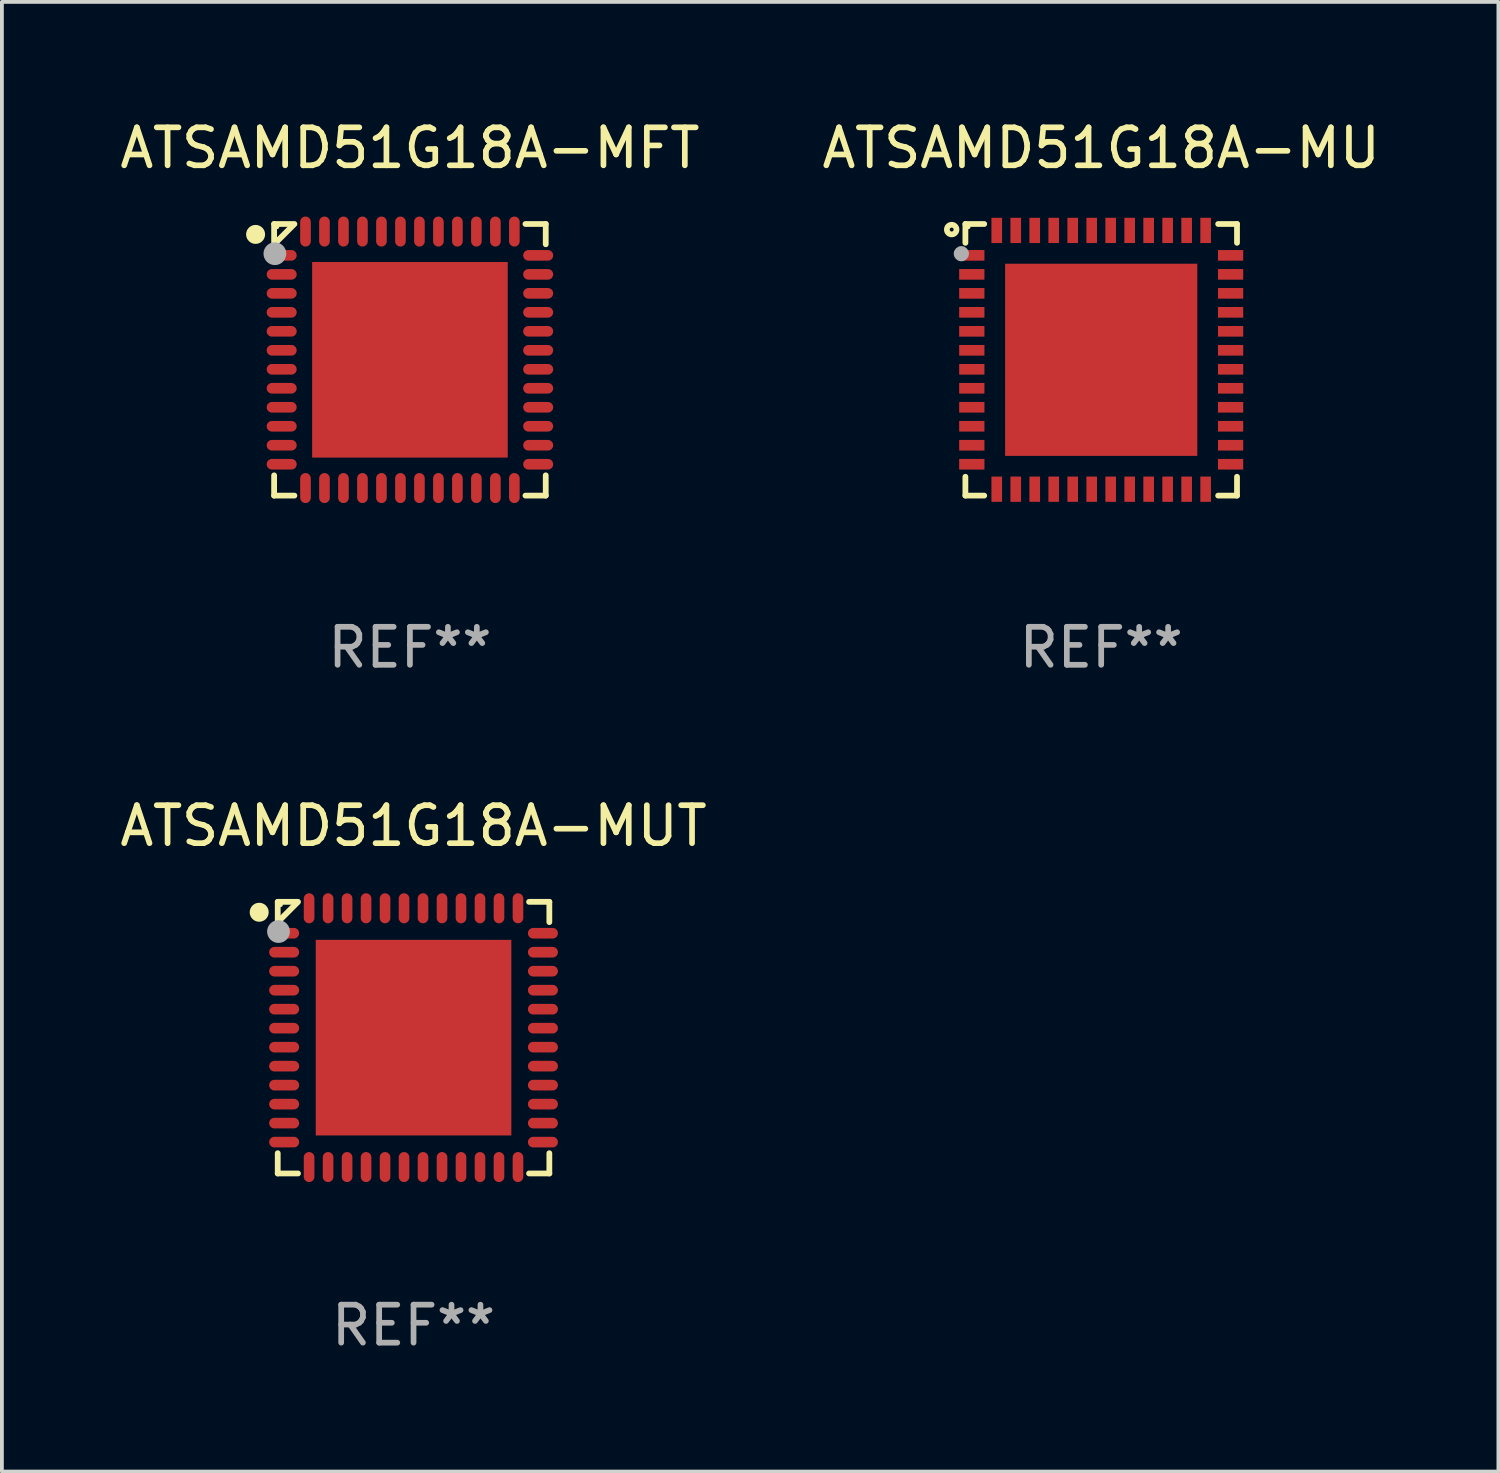
<source format=kicad_pcb>
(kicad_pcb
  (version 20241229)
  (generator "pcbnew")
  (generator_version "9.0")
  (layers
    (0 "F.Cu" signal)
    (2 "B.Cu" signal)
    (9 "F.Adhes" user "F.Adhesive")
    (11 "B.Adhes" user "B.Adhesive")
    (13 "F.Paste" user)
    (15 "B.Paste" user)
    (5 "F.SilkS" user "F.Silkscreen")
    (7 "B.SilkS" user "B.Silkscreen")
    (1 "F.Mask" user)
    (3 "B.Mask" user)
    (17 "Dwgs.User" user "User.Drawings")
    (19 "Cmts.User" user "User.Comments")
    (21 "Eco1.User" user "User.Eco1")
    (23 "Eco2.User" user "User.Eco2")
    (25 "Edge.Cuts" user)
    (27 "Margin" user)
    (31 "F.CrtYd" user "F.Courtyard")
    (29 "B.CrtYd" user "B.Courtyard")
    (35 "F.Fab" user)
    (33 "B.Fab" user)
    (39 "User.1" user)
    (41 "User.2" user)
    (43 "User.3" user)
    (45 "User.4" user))
  (footprint "ATSAMD51G18A-MUT"
    (layer "F.Cu")
    (at 7.839 24.273)
    (property "Reference" "ATSAMD51G18A-MUT" (at 0 -5.576 0) (layer "F.SilkS") (effects (font (size 1 1) (thickness 0.15))))
    (attr through_hole)
    (fp_line (start -3.576 -3.576) (end -3.042 -3.576) (stroke (width 0.152) (type solid)) (layer "F.SilkS"))
    (fp_line (start -3.576 -3.042) (end -3.576 -3.576) (stroke (width 0.152) (type solid)) (layer "F.SilkS"))
    (fp_line (start -3.576 3.042) (end -3.576 3.576) (stroke (width 0.152) (type solid)) (layer "F.SilkS"))
    (fp_line (start -3.576 3.576) (end -3.042 3.576) (stroke (width 0.152) (type solid)) (layer "F.SilkS"))
    (fp_line (start -3.069 -3.549) (end -3.549 -3.069) (stroke (width 0.152) (type solid)) (layer "F.SilkS"))
    (fp_line (start 3.576 -3.576) (end 3.042 -3.576) (stroke (width 0.152) (type solid)) (layer "F.SilkS"))
    (fp_line (start 3.576 -3.042) (end 3.576 -3.576) (stroke (width 0.152) (type solid)) (layer "F.SilkS"))
    (fp_line (start 3.576 3.042) (end 3.576 3.576) (stroke (width 0.152) (type solid)) (layer "F.SilkS"))
    (fp_line (start 3.576 3.576) (end 3.042 3.576) (stroke (width 0.152) (type solid)) (layer "F.SilkS"))
    (fp_circle (center -4.064 -3.302) (end -3.939 -3.302) (stroke (width 0.25) (type solid)) (fill no) (layer "F.SilkS"))
    (fp_circle (center -3.5 -3.5) (end -3.47 -3.5) (stroke (width 0.06) (type solid)) (fill no) (layer "F.SilkS"))
    (fp_circle (center -3.556 -2.794) (end -3.406 -2.794) (stroke (width 0.3) (type solid)) (fill no) (layer "F.Fab"))
    (fp_text user "REF**" (at 0 7.576 0) (layer "F.Fab") (effects (font (size 1 1) (thickness 0.15))))
    (pad "1" smd oval (at -3.407 -2.75) (size 0.79 0.28) (layers "F.Cu" "F.Mask" "F.Paste"))
    (pad "2" smd oval (at -3.407 -2.25) (size 0.79 0.28) (layers "F.Cu" "F.Mask" "F.Paste"))
    (pad "3" smd oval (at -3.407 -1.75) (size 0.79 0.28) (layers "F.Cu" "F.Mask" "F.Paste"))
    (pad "4" smd oval (at -3.407 -1.25) (size 0.79 0.28) (layers "F.Cu" "F.Mask" "F.Paste"))
    (pad "5" smd oval (at -3.407 -0.75) (size 0.79 0.28) (layers "F.Cu" "F.Mask" "F.Paste"))
    (pad "6" smd oval (at -3.407 -0.25) (size 0.79 0.28) (layers "F.Cu" "F.Mask" "F.Paste"))
    (pad "7" smd oval (at -3.407 0.25) (size 0.79 0.28) (layers "F.Cu" "F.Mask" "F.Paste"))
    (pad "8" smd oval (at -3.407 0.75) (size 0.79 0.28) (layers "F.Cu" "F.Mask" "F.Paste"))
    (pad "9" smd oval (at -3.407 1.25) (size 0.79 0.28) (layers "F.Cu" "F.Mask" "F.Paste"))
    (pad "10" smd oval (at -3.407 1.75) (size 0.79 0.28) (layers "F.Cu" "F.Mask" "F.Paste"))
    (pad "11" smd oval (at -3.407 2.25) (size 0.79 0.28) (layers "F.Cu" "F.Mask" "F.Paste"))
    (pad "12" smd oval (at -3.407 2.75) (size 0.79 0.28) (layers "F.Cu" "F.Mask" "F.Paste"))
    (pad "13" smd oval (at -2.75 3.407) (size 0.28 0.79) (layers "F.Cu" "F.Mask" "F.Paste"))
    (pad "14" smd oval (at -2.25 3.407) (size 0.28 0.79) (layers "F.Cu" "F.Mask" "F.Paste"))
    (pad "15" smd oval (at -1.75 3.407) (size 0.28 0.79) (layers "F.Cu" "F.Mask" "F.Paste"))
    (pad "16" smd oval (at -1.25 3.407) (size 0.28 0.79) (layers "F.Cu" "F.Mask" "F.Paste"))
    (pad "17" smd oval (at -0.75 3.407) (size 0.28 0.79) (layers "F.Cu" "F.Mask" "F.Paste"))
    (pad "18" smd oval (at -0.25 3.407) (size 0.28 0.79) (layers "F.Cu" "F.Mask" "F.Paste"))
    (pad "19" smd oval (at 0.25 3.407) (size 0.28 0.79) (layers "F.Cu" "F.Mask" "F.Paste"))
    (pad "20" smd oval (at 0.75 3.407) (size 0.28 0.79) (layers "F.Cu" "F.Mask" "F.Paste"))
    (pad "21" smd oval (at 1.25 3.407) (size 0.28 0.79) (layers "F.Cu" "F.Mask" "F.Paste"))
    (pad "22" smd oval (at 1.75 3.407) (size 0.28 0.79) (layers "F.Cu" "F.Mask" "F.Paste"))
    (pad "23" smd oval (at 2.25 3.407) (size 0.28 0.79) (layers "F.Cu" "F.Mask" "F.Paste"))
    (pad "24" smd oval (at 2.75 3.407) (size 0.28 0.79) (layers "F.Cu" "F.Mask" "F.Paste"))
    (pad "25" smd oval (at 3.407 2.75) (size 0.79 0.28) (layers "F.Cu" "F.Mask" "F.Paste"))
    (pad "26" smd oval (at 3.407 2.25) (size 0.79 0.28) (layers "F.Cu" "F.Mask" "F.Paste"))
    (pad "27" smd oval (at 3.407 1.75) (size 0.79 0.28) (layers "F.Cu" "F.Mask" "F.Paste"))
    (pad "28" smd oval (at 3.407 1.25) (size 0.79 0.28) (layers "F.Cu" "F.Mask" "F.Paste"))
    (pad "29" smd oval (at 3.407 0.75) (size 0.79 0.28) (layers "F.Cu" "F.Mask" "F.Paste"))
    (pad "30" smd oval (at 3.407 0.25) (size 0.79 0.28) (layers "F.Cu" "F.Mask" "F.Paste"))
    (pad "31" smd oval (at 3.407 -0.25) (size 0.79 0.28) (layers "F.Cu" "F.Mask" "F.Paste"))
    (pad "32" smd oval (at 3.407 -0.75) (size 0.79 0.28) (layers "F.Cu" "F.Mask" "F.Paste"))
    (pad "33" smd oval (at 3.407 -1.25) (size 0.79 0.28) (layers "F.Cu" "F.Mask" "F.Paste"))
    (pad "34" smd oval (at 3.407 -1.75) (size 0.79 0.28) (layers "F.Cu" "F.Mask" "F.Paste"))
    (pad "35" smd oval (at 3.407 -2.25) (size 0.79 0.28) (layers "F.Cu" "F.Mask" "F.Paste"))
    (pad "36" smd oval (at 3.407 -2.75) (size 0.79 0.28) (layers "F.Cu" "F.Mask" "F.Paste"))
    (pad "37" smd oval (at 2.75 -3.407) (size 0.28 0.79) (layers "F.Cu" "F.Mask" "F.Paste"))
    (pad "38" smd oval (at 2.25 -3.407) (size 0.28 0.79) (layers "F.Cu" "F.Mask" "F.Paste"))
    (pad "39" smd oval (at 1.75 -3.407) (size 0.28 0.79) (layers "F.Cu" "F.Mask" "F.Paste"))
    (pad "40" smd oval (at 1.25 -3.407) (size 0.28 0.79) (layers "F.Cu" "F.Mask" "F.Paste"))
    (pad "41" smd oval (at 0.75 -3.407) (size 0.28 0.79) (layers "F.Cu" "F.Mask" "F.Paste"))
    (pad "42" smd oval (at 0.25 -3.407) (size 0.28 0.79) (layers "F.Cu" "F.Mask" "F.Paste"))
    (pad "43" smd oval (at -0.25 -3.407) (size 0.28 0.79) (layers "F.Cu" "F.Mask" "F.Paste"))
    (pad "44" smd oval (at -0.75 -3.407) (size 0.28 0.79) (layers "F.Cu" "F.Mask" "F.Paste"))
    (pad "45" smd oval (at -1.25 -3.407) (size 0.28 0.79) (layers "F.Cu" "F.Mask" "F.Paste"))
    (pad "46" smd oval (at -1.75 -3.407) (size 0.28 0.79) (layers "F.Cu" "F.Mask" "F.Paste"))
    (pad "47" smd oval (at -2.25 -3.407) (size 0.28 0.79) (layers "F.Cu" "F.Mask" "F.Paste"))
    (pad "48" smd oval (at -2.75 -3.407) (size 0.28 0.79) (layers "F.Cu" "F.Mask" "F.Paste"))
    (pad "49" smd rect (at 0 0) (size 5.15 5.15) (layers "F.Cu" "F.Mask" "F.Paste")))
  (footprint "ATSAMD51G18A-MFT"
    (layer "F.Cu")
    (at 7.744 6.424)
    (property "Reference" "ATSAMD51G18A-MFT" (at 0 -5.576 0) (layer "F.SilkS") (effects (font (size 1 1) (thickness 0.15))))
    (attr through_hole)
    (fp_line (start -3.576 -3.576) (end -3.042 -3.576) (stroke (width 0.152) (type solid)) (layer "F.SilkS"))
    (fp_line (start -3.576 -3.042) (end -3.576 -3.576) (stroke (width 0.152) (type solid)) (layer "F.SilkS"))
    (fp_line (start -3.576 3.042) (end -3.576 3.576) (stroke (width 0.152) (type solid)) (layer "F.SilkS"))
    (fp_line (start -3.576 3.576) (end -3.042 3.576) (stroke (width 0.152) (type solid)) (layer "F.SilkS"))
    (fp_line (start -3.069 -3.549) (end -3.549 -3.069) (stroke (width 0.152) (type solid)) (layer "F.SilkS"))
    (fp_line (start 3.576 -3.576) (end 3.042 -3.576) (stroke (width 0.152) (type solid)) (layer "F.SilkS"))
    (fp_line (start 3.576 -3.042) (end 3.576 -3.576) (stroke (width 0.152) (type solid)) (layer "F.SilkS"))
    (fp_line (start 3.576 3.042) (end 3.576 3.576) (stroke (width 0.152) (type solid)) (layer "F.SilkS"))
    (fp_line (start 3.576 3.576) (end 3.042 3.576) (stroke (width 0.152) (type solid)) (layer "F.SilkS"))
    (fp_circle (center -4.064 -3.302) (end -3.939 -3.302) (stroke (width 0.25) (type solid)) (fill no) (layer "F.SilkS"))
    (fp_circle (center -3.5 -3.5) (end -3.47 -3.5) (stroke (width 0.06) (type solid)) (fill no) (layer "F.SilkS"))
    (fp_circle (center -3.556 -2.794) (end -3.406 -2.794) (stroke (width 0.3) (type solid)) (fill no) (layer "F.Fab"))
    (fp_text user "REF**" (at 0 7.576 0) (layer "F.Fab") (effects (font (size 1 1) (thickness 0.15))))
    (pad "1" smd oval (at -3.377 -2.75) (size 0.79 0.28) (layers "F.Cu" "F.Mask" "F.Paste"))
    (pad "2" smd oval (at -3.377 -2.25) (size 0.79 0.28) (layers "F.Cu" "F.Mask" "F.Paste"))
    (pad "3" smd oval (at -3.377 -1.75) (size 0.79 0.28) (layers "F.Cu" "F.Mask" "F.Paste"))
    (pad "4" smd oval (at -3.377 -1.25) (size 0.79 0.28) (layers "F.Cu" "F.Mask" "F.Paste"))
    (pad "5" smd oval (at -3.377 -0.75) (size 0.79 0.28) (layers "F.Cu" "F.Mask" "F.Paste"))
    (pad "6" smd oval (at -3.377 -0.25) (size 0.79 0.28) (layers "F.Cu" "F.Mask" "F.Paste"))
    (pad "7" smd oval (at -3.377 0.25) (size 0.79 0.28) (layers "F.Cu" "F.Mask" "F.Paste"))
    (pad "8" smd oval (at -3.377 0.75) (size 0.79 0.28) (layers "F.Cu" "F.Mask" "F.Paste"))
    (pad "9" smd oval (at -3.377 1.25) (size 0.79 0.28) (layers "F.Cu" "F.Mask" "F.Paste"))
    (pad "10" smd oval (at -3.377 1.75) (size 0.79 0.28) (layers "F.Cu" "F.Mask" "F.Paste"))
    (pad "11" smd oval (at -3.377 2.25) (size 0.79 0.28) (layers "F.Cu" "F.Mask" "F.Paste"))
    (pad "12" smd oval (at -3.377 2.75) (size 0.79 0.28) (layers "F.Cu" "F.Mask" "F.Paste"))
    (pad "13" smd oval (at -2.75 3.377) (size 0.28 0.79) (layers "F.Cu" "F.Mask" "F.Paste"))
    (pad "14" smd oval (at -2.25 3.377) (size 0.28 0.79) (layers "F.Cu" "F.Mask" "F.Paste"))
    (pad "15" smd oval (at -1.75 3.377) (size 0.28 0.79) (layers "F.Cu" "F.Mask" "F.Paste"))
    (pad "16" smd oval (at -1.25 3.377) (size 0.28 0.79) (layers "F.Cu" "F.Mask" "F.Paste"))
    (pad "17" smd oval (at -0.75 3.377) (size 0.28 0.79) (layers "F.Cu" "F.Mask" "F.Paste"))
    (pad "18" smd oval (at -0.25 3.377) (size 0.28 0.79) (layers "F.Cu" "F.Mask" "F.Paste"))
    (pad "19" smd oval (at 0.25 3.377) (size 0.28 0.79) (layers "F.Cu" "F.Mask" "F.Paste"))
    (pad "20" smd oval (at 0.75 3.377) (size 0.28 0.79) (layers "F.Cu" "F.Mask" "F.Paste"))
    (pad "21" smd oval (at 1.25 3.377) (size 0.28 0.79) (layers "F.Cu" "F.Mask" "F.Paste"))
    (pad "22" smd oval (at 1.75 3.377) (size 0.28 0.79) (layers "F.Cu" "F.Mask" "F.Paste"))
    (pad "23" smd oval (at 2.25 3.377) (size 0.28 0.79) (layers "F.Cu" "F.Mask" "F.Paste"))
    (pad "24" smd oval (at 2.75 3.377) (size 0.28 0.79) (layers "F.Cu" "F.Mask" "F.Paste"))
    (pad "25" smd oval (at 3.377 2.75) (size 0.79 0.28) (layers "F.Cu" "F.Mask" "F.Paste"))
    (pad "26" smd oval (at 3.377 2.25) (size 0.79 0.28) (layers "F.Cu" "F.Mask" "F.Paste"))
    (pad "27" smd oval (at 3.377 1.75) (size 0.79 0.28) (layers "F.Cu" "F.Mask" "F.Paste"))
    (pad "28" smd oval (at 3.377 1.25) (size 0.79 0.28) (layers "F.Cu" "F.Mask" "F.Paste"))
    (pad "29" smd oval (at 3.377 0.75) (size 0.79 0.28) (layers "F.Cu" "F.Mask" "F.Paste"))
    (pad "30" smd oval (at 3.377 0.25) (size 0.79 0.28) (layers "F.Cu" "F.Mask" "F.Paste"))
    (pad "31" smd oval (at 3.377 -0.25) (size 0.79 0.28) (layers "F.Cu" "F.Mask" "F.Paste"))
    (pad "32" smd oval (at 3.377 -0.75) (size 0.79 0.28) (layers "F.Cu" "F.Mask" "F.Paste"))
    (pad "33" smd oval (at 3.377 -1.25) (size 0.79 0.28) (layers "F.Cu" "F.Mask" "F.Paste"))
    (pad "34" smd oval (at 3.377 -1.75) (size 0.79 0.28) (layers "F.Cu" "F.Mask" "F.Paste"))
    (pad "35" smd oval (at 3.377 -2.25) (size 0.79 0.28) (layers "F.Cu" "F.Mask" "F.Paste"))
    (pad "36" smd oval (at 3.377 -2.75) (size 0.79 0.28) (layers "F.Cu" "F.Mask" "F.Paste"))
    (pad "37" smd oval (at 2.75 -3.377) (size 0.28 0.79) (layers "F.Cu" "F.Mask" "F.Paste"))
    (pad "38" smd oval (at 2.25 -3.377) (size 0.28 0.79) (layers "F.Cu" "F.Mask" "F.Paste"))
    (pad "39" smd oval (at 1.75 -3.377) (size 0.28 0.79) (layers "F.Cu" "F.Mask" "F.Paste"))
    (pad "40" smd oval (at 1.25 -3.377) (size 0.28 0.79) (layers "F.Cu" "F.Mask" "F.Paste"))
    (pad "41" smd oval (at 0.75 -3.377) (size 0.28 0.79) (layers "F.Cu" "F.Mask" "F.Paste"))
    (pad "42" smd oval (at 0.25 -3.377) (size 0.28 0.79) (layers "F.Cu" "F.Mask" "F.Paste"))
    (pad "43" smd oval (at -0.25 -3.377) (size 0.28 0.79) (layers "F.Cu" "F.Mask" "F.Paste"))
    (pad "44" smd oval (at -0.75 -3.377) (size 0.28 0.79) (layers "F.Cu" "F.Mask" "F.Paste"))
    (pad "45" smd oval (at -1.25 -3.377) (size 0.28 0.79) (layers "F.Cu" "F.Mask" "F.Paste"))
    (pad "46" smd oval (at -1.75 -3.377) (size 0.28 0.79) (layers "F.Cu" "F.Mask" "F.Paste"))
    (pad "47" smd oval (at -2.25 -3.377) (size 0.28 0.79) (layers "F.Cu" "F.Mask" "F.Paste"))
    (pad "48" smd oval (at -2.75 -3.377) (size 0.28 0.79) (layers "F.Cu" "F.Mask" "F.Paste"))
    (pad "49" smd rect (at 0 0) (size 5.15 5.15) (layers "F.Cu" "F.Mask" "F.Paste")))
  (footprint "ATSAMD51G18A-MU"
    (layer "F.Cu")
    (at 25.946 6.424)
    (property "Reference" "ATSAMD51G18A-MU" (at 0 -5.576 0) (layer "F.SilkS") (effects (font (size 1 1) (thickness 0.15))))
    (attr through_hole)
    (fp_line (start -3.576 -3.576) (end -3.576 -3.08) (stroke (width 0.152) (type solid)) (layer "F.SilkS"))
    (fp_line (start -3.576 3.576) (end -3.576 3.08) (stroke (width 0.152) (type solid)) (layer "F.SilkS"))
    (fp_line (start -3.08 -3.576) (end -3.576 -3.576) (stroke (width 0.152) (type solid)) (layer "F.SilkS"))
    (fp_line (start -3.08 3.576) (end -3.576 3.576) (stroke (width 0.152) (type solid)) (layer "F.SilkS"))
    (fp_line (start 3.08 -3.576) (end 3.576 -3.576) (stroke (width 0.152) (type solid)) (layer "F.SilkS"))
    (fp_line (start 3.08 3.576) (end 3.576 3.576) (stroke (width 0.152) (type solid)) (layer "F.SilkS"))
    (fp_line (start 3.576 -3.576) (end 3.576 -3.08) (stroke (width 0.152) (type solid)) (layer "F.SilkS"))
    (fp_line (start 3.576 3.576) (end 3.576 3.08) (stroke (width 0.152) (type solid)) (layer "F.SilkS"))
    (fp_circle (center -3.937 -3.429) (end -3.81 -3.429) (stroke (width 0.15) (type solid)) (fill no) (layer "F.SilkS"))
    (fp_circle (center -3.5 -3.5) (end -3.47 -3.5) (stroke (width 0.06) (type solid)) (fill no) (layer "F.SilkS"))
    (fp_circle (center -3.683 -2.794) (end -3.583 -2.794) (stroke (width 0.2) (type solid)) (fill no) (layer "F.Fab"))
    (fp_text user "REF**" (at 0 7.576 0) (layer "F.Fab") (effects (font (size 1 1) (thickness 0.15))))
    (pad "1" smd rect (at -3.407 -2.75) (size 0.665 0.28) (layers "F.Cu" "F.Mask" "F.Paste"))
    (pad "2" smd rect (at -3.407 -2.25) (size 0.665 0.28) (layers "F.Cu" "F.Mask" "F.Paste"))
    (pad "3" smd rect (at -3.407 -1.75) (size 0.665 0.28) (layers "F.Cu" "F.Mask" "F.Paste"))
    (pad "4" smd rect (at -3.407 -1.25) (size 0.665 0.28) (layers "F.Cu" "F.Mask" "F.Paste"))
    (pad "5" smd rect (at -3.407 -0.75) (size 0.665 0.28) (layers "F.Cu" "F.Mask" "F.Paste"))
    (pad "6" smd rect (at -3.407 -0.25) (size 0.665 0.28) (layers "F.Cu" "F.Mask" "F.Paste"))
    (pad "7" smd rect (at -3.407 0.25) (size 0.665 0.28) (layers "F.Cu" "F.Mask" "F.Paste"))
    (pad "8" smd rect (at -3.407 0.75) (size 0.665 0.28) (layers "F.Cu" "F.Mask" "F.Paste"))
    (pad "9" smd rect (at -3.407 1.25) (size 0.665 0.28) (layers "F.Cu" "F.Mask" "F.Paste"))
    (pad "10" smd rect (at -3.407 1.75) (size 0.665 0.28) (layers "F.Cu" "F.Mask" "F.Paste"))
    (pad "11" smd rect (at -3.407 2.25) (size 0.665 0.28) (layers "F.Cu" "F.Mask" "F.Paste"))
    (pad "12" smd rect (at -3.407 2.75) (size 0.665 0.28) (layers "F.Cu" "F.Mask" "F.Paste"))
    (pad "13" smd rect (at -2.75 3.407) (size 0.28 0.665) (layers "F.Cu" "F.Mask" "F.Paste"))
    (pad "14" smd rect (at -2.25 3.407) (size 0.28 0.665) (layers "F.Cu" "F.Mask" "F.Paste"))
    (pad "15" smd rect (at -1.75 3.407) (size 0.28 0.665) (layers "F.Cu" "F.Mask" "F.Paste"))
    (pad "16" smd rect (at -1.25 3.407) (size 0.28 0.665) (layers "F.Cu" "F.Mask" "F.Paste"))
    (pad "17" smd rect (at -0.75 3.407) (size 0.28 0.665) (layers "F.Cu" "F.Mask" "F.Paste"))
    (pad "18" smd rect (at -0.25 3.407) (size 0.28 0.665) (layers "F.Cu" "F.Mask" "F.Paste"))
    (pad "19" smd rect (at 0.25 3.407) (size 0.28 0.665) (layers "F.Cu" "F.Mask" "F.Paste"))
    (pad "20" smd rect (at 0.75 3.407) (size 0.28 0.665) (layers "F.Cu" "F.Mask" "F.Paste"))
    (pad "21" smd rect (at 1.25 3.407) (size 0.28 0.665) (layers "F.Cu" "F.Mask" "F.Paste"))
    (pad "22" smd rect (at 1.75 3.407) (size 0.28 0.665) (layers "F.Cu" "F.Mask" "F.Paste"))
    (pad "23" smd rect (at 2.25 3.407) (size 0.28 0.665) (layers "F.Cu" "F.Mask" "F.Paste"))
    (pad "24" smd rect (at 2.75 3.407) (size 0.28 0.665) (layers "F.Cu" "F.Mask" "F.Paste"))
    (pad "25" smd rect (at 3.407 2.75) (size 0.665 0.28) (layers "F.Cu" "F.Mask" "F.Paste"))
    (pad "26" smd rect (at 3.407 2.25) (size 0.665 0.28) (layers "F.Cu" "F.Mask" "F.Paste"))
    (pad "27" smd rect (at 3.407 1.75) (size 0.665 0.28) (layers "F.Cu" "F.Mask" "F.Paste"))
    (pad "28" smd rect (at 3.407 1.25) (size 0.665 0.28) (layers "F.Cu" "F.Mask" "F.Paste"))
    (pad "29" smd rect (at 3.407 0.75) (size 0.665 0.28) (layers "F.Cu" "F.Mask" "F.Paste"))
    (pad "30" smd rect (at 3.407 0.25) (size 0.665 0.28) (layers "F.Cu" "F.Mask" "F.Paste"))
    (pad "31" smd rect (at 3.407 -0.25) (size 0.665 0.28) (layers "F.Cu" "F.Mask" "F.Paste"))
    (pad "32" smd rect (at 3.407 -0.75) (size 0.665 0.28) (layers "F.Cu" "F.Mask" "F.Paste"))
    (pad "33" smd rect (at 3.407 -1.25) (size 0.665 0.28) (layers "F.Cu" "F.Mask" "F.Paste"))
    (pad "34" smd rect (at 3.407 -1.75) (size 0.665 0.28) (layers "F.Cu" "F.Mask" "F.Paste"))
    (pad "35" smd rect (at 3.407 -2.25) (size 0.665 0.28) (layers "F.Cu" "F.Mask" "F.Paste"))
    (pad "36" smd rect (at 3.407 -2.75) (size 0.665 0.28) (layers "F.Cu" "F.Mask" "F.Paste"))
    (pad "37" smd rect (at 2.75 -3.407) (size 0.28 0.665) (layers "F.Cu" "F.Mask" "F.Paste"))
    (pad "38" smd rect (at 2.25 -3.407) (size 0.28 0.665) (layers "F.Cu" "F.Mask" "F.Paste"))
    (pad "39" smd rect (at 1.75 -3.407) (size 0.28 0.665) (layers "F.Cu" "F.Mask" "F.Paste"))
    (pad "40" smd rect (at 1.25 -3.407) (size 0.28 0.665) (layers "F.Cu" "F.Mask" "F.Paste"))
    (pad "41" smd rect (at 0.75 -3.407) (size 0.28 0.665) (layers "F.Cu" "F.Mask" "F.Paste"))
    (pad "42" smd rect (at 0.25 -3.407) (size 0.28 0.665) (layers "F.Cu" "F.Mask" "F.Paste"))
    (pad "43" smd rect (at -0.25 -3.407) (size 0.28 0.665) (layers "F.Cu" "F.Mask" "F.Paste"))
    (pad "44" smd rect (at -0.75 -3.407) (size 0.28 0.665) (layers "F.Cu" "F.Mask" "F.Paste"))
    (pad "45" smd rect (at -1.25 -3.407) (size 0.28 0.665) (layers "F.Cu" "F.Mask" "F.Paste"))
    (pad "46" smd rect (at -1.75 -3.407) (size 0.28 0.665) (layers "F.Cu" "F.Mask" "F.Paste"))
    (pad "47" smd rect (at -2.25 -3.407) (size 0.28 0.665) (layers "F.Cu" "F.Mask" "F.Paste"))
    (pad "48" smd rect (at -2.75 -3.407) (size 0.28 0.665) (layers "F.Cu" "F.Mask" "F.Paste"))
    (pad "49" smd rect (at 0 0) (size 5.06 5.06) (layers "F.Cu" "F.Mask" "F.Paste")))
  (gr_rect
    (start -3 -3)
    (end 36.405 35.698)
    (stroke (width 0.1) (type default))
    (fill no)
    (layer "Edge.Cuts")))
</source>
